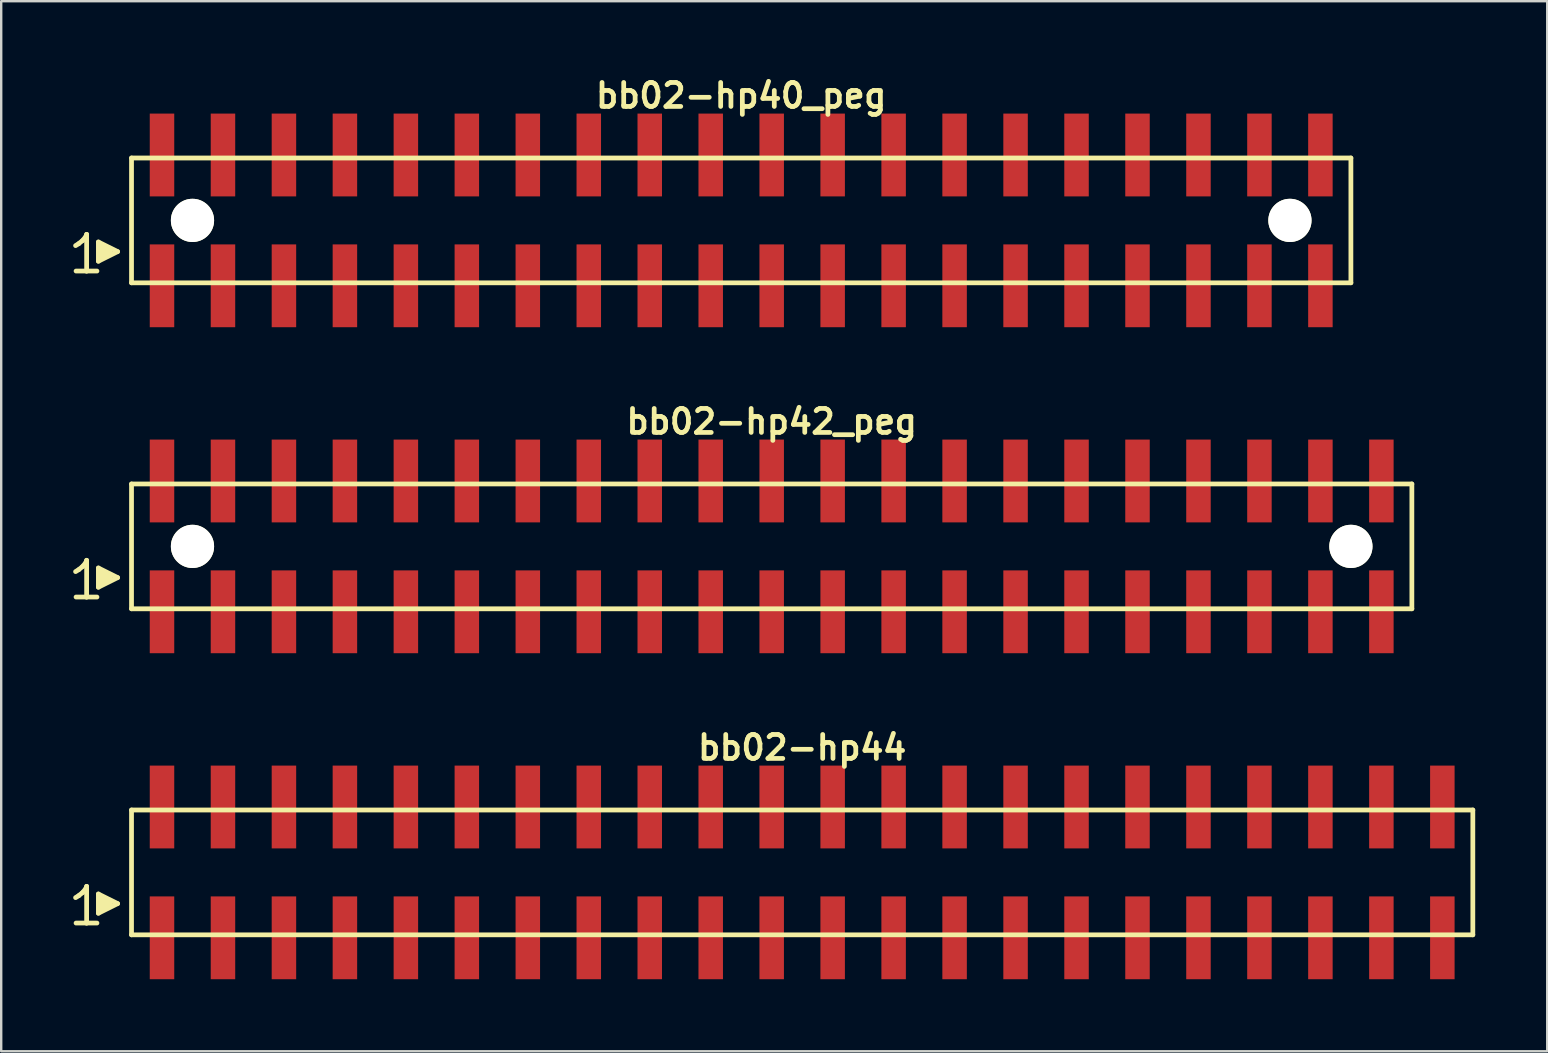
<source format=kicad_pcb>
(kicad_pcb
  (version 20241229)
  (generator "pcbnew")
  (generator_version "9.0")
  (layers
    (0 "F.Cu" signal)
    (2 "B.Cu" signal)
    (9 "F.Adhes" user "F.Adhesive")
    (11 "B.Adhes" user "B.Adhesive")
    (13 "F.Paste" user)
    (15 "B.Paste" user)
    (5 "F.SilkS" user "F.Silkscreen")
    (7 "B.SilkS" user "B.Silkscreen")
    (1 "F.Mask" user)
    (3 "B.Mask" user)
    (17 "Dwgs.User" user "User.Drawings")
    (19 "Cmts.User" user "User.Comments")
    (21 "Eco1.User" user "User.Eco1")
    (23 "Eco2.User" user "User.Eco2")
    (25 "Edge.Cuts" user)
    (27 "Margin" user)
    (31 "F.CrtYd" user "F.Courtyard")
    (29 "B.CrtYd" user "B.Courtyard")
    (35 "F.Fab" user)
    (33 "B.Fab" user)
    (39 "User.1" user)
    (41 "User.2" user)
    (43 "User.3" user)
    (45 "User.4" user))
  (footprint "bb02-hp40_peg"
    (layer "F.Cu")
    (at 27.829 6.132)
    (property "Reference" "bb02-hp40_peg" (at 0 -5.2 0) (layer "F.SilkS") (effects (font (size 0.998 0.998) (thickness 0.198))))
    (attr through_hole)
    (fp_line (start -27.73 1.05) (end -27.6 0.97) (stroke (width 0.198) (type solid)) (layer "F.SilkS"))
    (fp_line (start -27.6 0.97) (end -27.44 0.84) (stroke (width 0.198) (type solid)) (layer "F.SilkS"))
    (fp_line (start -27.44 0.84) (end -27.3 0.67) (stroke (width 0.198) (type solid)) (layer "F.SilkS"))
    (fp_line (start -27.3 0.67) (end -27.27 0.58) (stroke (width 0.198) (type solid)) (layer "F.SilkS"))
    (fp_line (start -27.27 0.58) (end -27.27 2.11) (stroke (width 0.198) (type solid)) (layer "F.SilkS"))
    (fp_line (start -27.27 2.11) (end -27.71 2.11) (stroke (width 0.198) (type solid)) (layer "F.SilkS"))
    (fp_line (start -26.84 2.11) (end -27.28 2.11) (stroke (width 0.198) (type solid)) (layer "F.SilkS"))
    (fp_line (start -26.78 0.9) (end -25.98 1.3) (stroke (width 0.198) (type solid)) (layer "F.SilkS"))
    (fp_line (start -26.78 1.7) (end -26.78 0.9) (stroke (width 0.198) (type solid)) (layer "F.SilkS"))
    (fp_line (start -26.68 1.6) (end -26.68 1) (stroke (width 0.198) (type solid)) (layer "F.SilkS"))
    (fp_line (start -26.58 1.1) (end -26.58 1.5) (stroke (width 0.198) (type solid)) (layer "F.SilkS"))
    (fp_line (start -26.48 1.5) (end -26.48 1.1) (stroke (width 0.198) (type solid)) (layer "F.SilkS"))
    (fp_line (start -26.38 1.2) (end -26.38 1.4) (stroke (width 0.198) (type solid)) (layer "F.SilkS"))
    (fp_line (start -26.28 1.4) (end -26.28 1.2) (stroke (width 0.198) (type solid)) (layer "F.SilkS"))
    (fp_line (start -25.98 1.3) (end -26.78 1.7) (stroke (width 0.198) (type solid)) (layer "F.SilkS"))
    (fp_line (start -25.4 -2.6) (end -25.4 2.6) (stroke (width 0.198) (type solid)) (layer "F.SilkS"))
    (fp_line (start -25.4 -2.6) (end 25.4 -2.6) (stroke (width 0.198) (type solid)) (layer "F.SilkS"))
    (fp_line (start 25.4 2.6) (end -25.4 2.6) (stroke (width 0.198) (type solid)) (layer "F.SilkS"))
    (fp_line (start 25.4 2.6) (end 25.4 -2.6) (stroke (width 0.198) (type solid)) (layer "F.SilkS"))
    (pad "" np_thru_hole circle (at -22.86 0) (size 1.8 1.8) (drill 1.8) (layers "*.Cu" "*.Mask" "F.SilkS"))
    (pad "" np_thru_hole circle (at 22.86 0) (size 1.8 1.8) (drill 1.8) (layers "*.Cu" "*.Mask" "F.SilkS"))
    (pad "1" smd rect (at -24.13 2.725) (size 1.02 3.45) (layers "F.Cu" "F.Mask" "F.Paste"))
    (pad "2" smd rect (at -24.13 -2.725) (size 1.02 3.45) (layers "F.Cu" "F.Mask" "F.Paste"))
    (pad "3" smd rect (at -21.59 2.725) (size 1.02 3.45) (layers "F.Cu" "F.Mask" "F.Paste"))
    (pad "4" smd rect (at -21.59 -2.725) (size 1.02 3.45) (layers "F.Cu" "F.Mask" "F.Paste"))
    (pad "5" smd rect (at -19.05 2.725) (size 1.02 3.45) (layers "F.Cu" "F.Mask" "F.Paste"))
    (pad "6" smd rect (at -19.05 -2.725) (size 1.02 3.45) (layers "F.Cu" "F.Mask" "F.Paste"))
    (pad "7" smd rect (at -16.51 2.725) (size 1.02 3.45) (layers "F.Cu" "F.Mask" "F.Paste"))
    (pad "8" smd rect (at -16.51 -2.725) (size 1.02 3.45) (layers "F.Cu" "F.Mask" "F.Paste"))
    (pad "9" smd rect (at -13.97 2.725) (size 1.02 3.45) (layers "F.Cu" "F.Mask" "F.Paste"))
    (pad "10" smd rect (at -13.97 -2.725) (size 1.02 3.45) (layers "F.Cu" "F.Mask" "F.Paste"))
    (pad "11" smd rect (at -11.43 2.725) (size 1.02 3.45) (layers "F.Cu" "F.Mask" "F.Paste"))
    (pad "12" smd rect (at -11.43 -2.725) (size 1.02 3.45) (layers "F.Cu" "F.Mask" "F.Paste"))
    (pad "13" smd rect (at -8.89 2.725) (size 1.02 3.45) (layers "F.Cu" "F.Mask" "F.Paste"))
    (pad "14" smd rect (at -8.89 -2.725) (size 1.02 3.45) (layers "F.Cu" "F.Mask" "F.Paste"))
    (pad "15" smd rect (at -6.35 2.725) (size 1.02 3.45) (layers "F.Cu" "F.Mask" "F.Paste"))
    (pad "16" smd rect (at -6.35 -2.725) (size 1.02 3.45) (layers "F.Cu" "F.Mask" "F.Paste"))
    (pad "17" smd rect (at -3.81 2.725) (size 1.02 3.45) (layers "F.Cu" "F.Mask" "F.Paste"))
    (pad "18" smd rect (at -3.81 -2.725) (size 1.02 3.45) (layers "F.Cu" "F.Mask" "F.Paste"))
    (pad "19" smd rect (at -1.27 2.725) (size 1.02 3.45) (layers "F.Cu" "F.Mask" "F.Paste"))
    (pad "20" smd rect (at -1.27 -2.725) (size 1.02 3.45) (layers "F.Cu" "F.Mask" "F.Paste"))
    (pad "21" smd rect (at 1.27 2.725) (size 1.02 3.45) (layers "F.Cu" "F.Mask" "F.Paste"))
    (pad "22" smd rect (at 1.27 -2.725) (size 1.02 3.45) (layers "F.Cu" "F.Mask" "F.Paste"))
    (pad "23" smd rect (at 3.81 2.725) (size 1.02 3.45) (layers "F.Cu" "F.Mask" "F.Paste"))
    (pad "24" smd rect (at 3.81 -2.725) (size 1.02 3.45) (layers "F.Cu" "F.Mask" "F.Paste"))
    (pad "25" smd rect (at 6.35 2.725) (size 1.02 3.45) (layers "F.Cu" "F.Mask" "F.Paste"))
    (pad "26" smd rect (at 6.35 -2.725) (size 1.02 3.45) (layers "F.Cu" "F.Mask" "F.Paste"))
    (pad "27" smd rect (at 8.89 2.725) (size 1.02 3.45) (layers "F.Cu" "F.Mask" "F.Paste"))
    (pad "28" smd rect (at 8.89 -2.725) (size 1.02 3.45) (layers "F.Cu" "F.Mask" "F.Paste"))
    (pad "29" smd rect (at 11.43 2.725) (size 1.02 3.45) (layers "F.Cu" "F.Mask" "F.Paste"))
    (pad "30" smd rect (at 11.43 -2.725) (size 1.02 3.45) (layers "F.Cu" "F.Mask" "F.Paste"))
    (pad "31" smd rect (at 13.97 2.725) (size 1.02 3.45) (layers "F.Cu" "F.Mask" "F.Paste"))
    (pad "32" smd rect (at 13.97 -2.725) (size 1.02 3.45) (layers "F.Cu" "F.Mask" "F.Paste"))
    (pad "33" smd rect (at 16.51 2.725) (size 1.02 3.45) (layers "F.Cu" "F.Mask" "F.Paste"))
    (pad "34" smd rect (at 16.51 -2.725) (size 1.02 3.45) (layers "F.Cu" "F.Mask" "F.Paste"))
    (pad "35" smd rect (at 19.05 2.725) (size 1.02 3.45) (layers "F.Cu" "F.Mask" "F.Paste"))
    (pad "36" smd rect (at 19.05 -2.725) (size 1.02 3.45) (layers "F.Cu" "F.Mask" "F.Paste"))
    (pad "37" smd rect (at 21.59 2.725) (size 1.02 3.45) (layers "F.Cu" "F.Mask" "F.Paste"))
    (pad "38" smd rect (at 21.59 -2.725) (size 1.02 3.45) (layers "F.Cu" "F.Mask" "F.Paste"))
    (pad "39" smd rect (at 24.13 2.725) (size 1.02 3.45) (layers "F.Cu" "F.Mask" "F.Paste"))
    (pad "40" smd rect (at 24.13 -2.725) (size 1.02 3.45) (layers "F.Cu" "F.Mask" "F.Paste")))
  (footprint "bb02-hp42_peg"
    (layer "F.Cu")
    (at 29.099 19.713)
    (property "Reference" "bb02-hp42_peg" (at 0 -5.2 0) (layer "F.SilkS") (effects (font (size 0.998 0.998) (thickness 0.198))))
    (attr through_hole)
    (fp_line (start -29 1.05) (end -28.87 0.97) (stroke (width 0.198) (type solid)) (layer "F.SilkS"))
    (fp_line (start -28.87 0.97) (end -28.71 0.84) (stroke (width 0.198) (type solid)) (layer "F.SilkS"))
    (fp_line (start -28.71 0.84) (end -28.57 0.67) (stroke (width 0.198) (type solid)) (layer "F.SilkS"))
    (fp_line (start -28.57 0.67) (end -28.54 0.58) (stroke (width 0.198) (type solid)) (layer "F.SilkS"))
    (fp_line (start -28.54 0.58) (end -28.54 2.11) (stroke (width 0.198) (type solid)) (layer "F.SilkS"))
    (fp_line (start -28.54 2.11) (end -28.98 2.11) (stroke (width 0.198) (type solid)) (layer "F.SilkS"))
    (fp_line (start -28.11 2.11) (end -28.55 2.11) (stroke (width 0.198) (type solid)) (layer "F.SilkS"))
    (fp_line (start -28.05 0.9) (end -27.25 1.3) (stroke (width 0.198) (type solid)) (layer "F.SilkS"))
    (fp_line (start -28.05 1.7) (end -28.05 0.9) (stroke (width 0.198) (type solid)) (layer "F.SilkS"))
    (fp_line (start -27.95 1.6) (end -27.95 1) (stroke (width 0.198) (type solid)) (layer "F.SilkS"))
    (fp_line (start -27.85 1.1) (end -27.85 1.5) (stroke (width 0.198) (type solid)) (layer "F.SilkS"))
    (fp_line (start -27.75 1.5) (end -27.75 1.1) (stroke (width 0.198) (type solid)) (layer "F.SilkS"))
    (fp_line (start -27.65 1.2) (end -27.65 1.4) (stroke (width 0.198) (type solid)) (layer "F.SilkS"))
    (fp_line (start -27.55 1.4) (end -27.55 1.2) (stroke (width 0.198) (type solid)) (layer "F.SilkS"))
    (fp_line (start -27.25 1.3) (end -28.05 1.7) (stroke (width 0.198) (type solid)) (layer "F.SilkS"))
    (fp_line (start -26.67 -2.6) (end -26.67 2.6) (stroke (width 0.198) (type solid)) (layer "F.SilkS"))
    (fp_line (start -26.67 -2.6) (end 26.67 -2.6) (stroke (width 0.198) (type solid)) (layer "F.SilkS"))
    (fp_line (start 26.67 2.6) (end -26.67 2.6) (stroke (width 0.198) (type solid)) (layer "F.SilkS"))
    (fp_line (start 26.67 2.6) (end 26.67 -2.6) (stroke (width 0.198) (type solid)) (layer "F.SilkS"))
    (pad "" np_thru_hole circle (at -24.13 0) (size 1.8 1.8) (drill 1.8) (layers "*.Cu" "*.Mask" "F.SilkS"))
    (pad "" np_thru_hole circle (at 24.13 0) (size 1.8 1.8) (drill 1.8) (layers "*.Cu" "*.Mask" "F.SilkS"))
    (pad "1" smd rect (at -25.4 2.725) (size 1.02 3.45) (layers "F.Cu" "F.Mask" "F.Paste"))
    (pad "2" smd rect (at -25.4 -2.725) (size 1.02 3.45) (layers "F.Cu" "F.Mask" "F.Paste"))
    (pad "3" smd rect (at -22.86 2.725) (size 1.02 3.45) (layers "F.Cu" "F.Mask" "F.Paste"))
    (pad "4" smd rect (at -22.86 -2.725) (size 1.02 3.45) (layers "F.Cu" "F.Mask" "F.Paste"))
    (pad "5" smd rect (at -20.32 2.725) (size 1.02 3.45) (layers "F.Cu" "F.Mask" "F.Paste"))
    (pad "6" smd rect (at -20.32 -2.725) (size 1.02 3.45) (layers "F.Cu" "F.Mask" "F.Paste"))
    (pad "7" smd rect (at -17.78 2.725) (size 1.02 3.45) (layers "F.Cu" "F.Mask" "F.Paste"))
    (pad "8" smd rect (at -17.78 -2.725) (size 1.02 3.45) (layers "F.Cu" "F.Mask" "F.Paste"))
    (pad "9" smd rect (at -15.24 2.725) (size 1.02 3.45) (layers "F.Cu" "F.Mask" "F.Paste"))
    (pad "10" smd rect (at -15.24 -2.725) (size 1.02 3.45) (layers "F.Cu" "F.Mask" "F.Paste"))
    (pad "11" smd rect (at -12.7 2.725) (size 1.02 3.45) (layers "F.Cu" "F.Mask" "F.Paste"))
    (pad "12" smd rect (at -12.7 -2.725) (size 1.02 3.45) (layers "F.Cu" "F.Mask" "F.Paste"))
    (pad "13" smd rect (at -10.16 2.725) (size 1.02 3.45) (layers "F.Cu" "F.Mask" "F.Paste"))
    (pad "14" smd rect (at -10.16 -2.725) (size 1.02 3.45) (layers "F.Cu" "F.Mask" "F.Paste"))
    (pad "15" smd rect (at -7.62 2.725) (size 1.02 3.45) (layers "F.Cu" "F.Mask" "F.Paste"))
    (pad "16" smd rect (at -7.62 -2.725) (size 1.02 3.45) (layers "F.Cu" "F.Mask" "F.Paste"))
    (pad "17" smd rect (at -5.08 2.725) (size 1.02 3.45) (layers "F.Cu" "F.Mask" "F.Paste"))
    (pad "18" smd rect (at -5.08 -2.725) (size 1.02 3.45) (layers "F.Cu" "F.Mask" "F.Paste"))
    (pad "19" smd rect (at -2.54 2.725) (size 1.02 3.45) (layers "F.Cu" "F.Mask" "F.Paste"))
    (pad "20" smd rect (at -2.54 -2.725) (size 1.02 3.45) (layers "F.Cu" "F.Mask" "F.Paste"))
    (pad "21" smd rect (at 0 2.725) (size 1.02 3.45) (layers "F.Cu" "F.Mask" "F.Paste"))
    (pad "22" smd rect (at 0 -2.725) (size 1.02 3.45) (layers "F.Cu" "F.Mask" "F.Paste"))
    (pad "23" smd rect (at 2.54 2.725) (size 1.02 3.45) (layers "F.Cu" "F.Mask" "F.Paste"))
    (pad "24" smd rect (at 2.54 -2.725) (size 1.02 3.45) (layers "F.Cu" "F.Mask" "F.Paste"))
    (pad "25" smd rect (at 5.08 2.725) (size 1.02 3.45) (layers "F.Cu" "F.Mask" "F.Paste"))
    (pad "26" smd rect (at 5.08 -2.725) (size 1.02 3.45) (layers "F.Cu" "F.Mask" "F.Paste"))
    (pad "27" smd rect (at 7.62 2.725) (size 1.02 3.45) (layers "F.Cu" "F.Mask" "F.Paste"))
    (pad "28" smd rect (at 7.62 -2.725) (size 1.02 3.45) (layers "F.Cu" "F.Mask" "F.Paste"))
    (pad "29" smd rect (at 10.16 2.725) (size 1.02 3.45) (layers "F.Cu" "F.Mask" "F.Paste"))
    (pad "30" smd rect (at 10.16 -2.725) (size 1.02 3.45) (layers "F.Cu" "F.Mask" "F.Paste"))
    (pad "31" smd rect (at 12.7 2.725) (size 1.02 3.45) (layers "F.Cu" "F.Mask" "F.Paste"))
    (pad "32" smd rect (at 12.7 -2.725) (size 1.02 3.45) (layers "F.Cu" "F.Mask" "F.Paste"))
    (pad "33" smd rect (at 15.24 2.725) (size 1.02 3.45) (layers "F.Cu" "F.Mask" "F.Paste"))
    (pad "34" smd rect (at 15.24 -2.725) (size 1.02 3.45) (layers "F.Cu" "F.Mask" "F.Paste"))
    (pad "35" smd rect (at 17.78 2.725) (size 1.02 3.45) (layers "F.Cu" "F.Mask" "F.Paste"))
    (pad "36" smd rect (at 17.78 -2.725) (size 1.02 3.45) (layers "F.Cu" "F.Mask" "F.Paste"))
    (pad "37" smd rect (at 20.32 2.725) (size 1.02 3.45) (layers "F.Cu" "F.Mask" "F.Paste"))
    (pad "38" smd rect (at 20.32 -2.725) (size 1.02 3.45) (layers "F.Cu" "F.Mask" "F.Paste"))
    (pad "39" smd rect (at 22.86 2.725) (size 1.02 3.45) (layers "F.Cu" "F.Mask" "F.Paste"))
    (pad "40" smd rect (at 22.86 -2.725) (size 1.02 3.45) (layers "F.Cu" "F.Mask" "F.Paste"))
    (pad "41" smd rect (at 25.4 2.725) (size 1.02 3.45) (layers "F.Cu" "F.Mask" "F.Paste"))
    (pad "42" smd rect (at 25.4 -2.725) (size 1.02 3.45) (layers "F.Cu" "F.Mask" "F.Paste")))
  (footprint "bb02-hp44"
    (layer "F.Cu")
    (at 30.369 33.295)
    (property "Reference" "bb02-hp44" (at 0 -5.2 0) (layer "F.SilkS") (effects (font (size 0.998 0.998) (thickness 0.198))))
    (attr through_hole)
    (fp_line (start -30.27 1.05) (end -30.14 0.97) (stroke (width 0.198) (type solid)) (layer "F.SilkS"))
    (fp_line (start -30.14 0.97) (end -29.98 0.84) (stroke (width 0.198) (type solid)) (layer "F.SilkS"))
    (fp_line (start -29.98 0.84) (end -29.84 0.67) (stroke (width 0.198) (type solid)) (layer "F.SilkS"))
    (fp_line (start -29.84 0.67) (end -29.81 0.58) (stroke (width 0.198) (type solid)) (layer "F.SilkS"))
    (fp_line (start -29.81 0.58) (end -29.81 2.11) (stroke (width 0.198) (type solid)) (layer "F.SilkS"))
    (fp_line (start -29.81 2.11) (end -30.25 2.11) (stroke (width 0.198) (type solid)) (layer "F.SilkS"))
    (fp_line (start -29.38 2.11) (end -29.82 2.11) (stroke (width 0.198) (type solid)) (layer "F.SilkS"))
    (fp_line (start -29.32 0.9) (end -28.52 1.3) (stroke (width 0.198) (type solid)) (layer "F.SilkS"))
    (fp_line (start -29.32 1.7) (end -29.32 0.9) (stroke (width 0.198) (type solid)) (layer "F.SilkS"))
    (fp_line (start -29.22 1.6) (end -29.22 1) (stroke (width 0.198) (type solid)) (layer "F.SilkS"))
    (fp_line (start -29.12 1.1) (end -29.12 1.5) (stroke (width 0.198) (type solid)) (layer "F.SilkS"))
    (fp_line (start -29.02 1.5) (end -29.02 1.1) (stroke (width 0.198) (type solid)) (layer "F.SilkS"))
    (fp_line (start -28.92 1.2) (end -28.92 1.4) (stroke (width 0.198) (type solid)) (layer "F.SilkS"))
    (fp_line (start -28.82 1.4) (end -28.82 1.2) (stroke (width 0.198) (type solid)) (layer "F.SilkS"))
    (fp_line (start -28.52 1.3) (end -29.32 1.7) (stroke (width 0.198) (type solid)) (layer "F.SilkS"))
    (fp_line (start -27.94 -2.6) (end -27.94 2.6) (stroke (width 0.198) (type solid)) (layer "F.SilkS"))
    (fp_line (start -27.94 -2.6) (end 27.94 -2.6) (stroke (width 0.198) (type solid)) (layer "F.SilkS"))
    (fp_line (start 27.94 2.6) (end -27.94 2.6) (stroke (width 0.198) (type solid)) (layer "F.SilkS"))
    (fp_line (start 27.94 2.6) (end 27.94 -2.6) (stroke (width 0.198) (type solid)) (layer "F.SilkS"))
    (pad "1" smd rect (at -26.67 2.725) (size 1.02 3.45) (layers "F.Cu" "F.Mask" "F.Paste"))
    (pad "2" smd rect (at -26.67 -2.725) (size 1.02 3.45) (layers "F.Cu" "F.Mask" "F.Paste"))
    (pad "3" smd rect (at -24.13 2.725) (size 1.02 3.45) (layers "F.Cu" "F.Mask" "F.Paste"))
    (pad "4" smd rect (at -24.13 -2.725) (size 1.02 3.45) (layers "F.Cu" "F.Mask" "F.Paste"))
    (pad "5" smd rect (at -21.59 2.725) (size 1.02 3.45) (layers "F.Cu" "F.Mask" "F.Paste"))
    (pad "6" smd rect (at -21.59 -2.725) (size 1.02 3.45) (layers "F.Cu" "F.Mask" "F.Paste"))
    (pad "7" smd rect (at -19.05 2.725) (size 1.02 3.45) (layers "F.Cu" "F.Mask" "F.Paste"))
    (pad "8" smd rect (at -19.05 -2.725) (size 1.02 3.45) (layers "F.Cu" "F.Mask" "F.Paste"))
    (pad "9" smd rect (at -16.51 2.725) (size 1.02 3.45) (layers "F.Cu" "F.Mask" "F.Paste"))
    (pad "10" smd rect (at -16.51 -2.725) (size 1.02 3.45) (layers "F.Cu" "F.Mask" "F.Paste"))
    (pad "11" smd rect (at -13.97 2.725) (size 1.02 3.45) (layers "F.Cu" "F.Mask" "F.Paste"))
    (pad "12" smd rect (at -13.97 -2.725) (size 1.02 3.45) (layers "F.Cu" "F.Mask" "F.Paste"))
    (pad "13" smd rect (at -11.43 2.725) (size 1.02 3.45) (layers "F.Cu" "F.Mask" "F.Paste"))
    (pad "14" smd rect (at -11.43 -2.725) (size 1.02 3.45) (layers "F.Cu" "F.Mask" "F.Paste"))
    (pad "15" smd rect (at -8.89 2.725) (size 1.02 3.45) (layers "F.Cu" "F.Mask" "F.Paste"))
    (pad "16" smd rect (at -8.89 -2.725) (size 1.02 3.45) (layers "F.Cu" "F.Mask" "F.Paste"))
    (pad "17" smd rect (at -6.35 2.725) (size 1.02 3.45) (layers "F.Cu" "F.Mask" "F.Paste"))
    (pad "18" smd rect (at -6.35 -2.725) (size 1.02 3.45) (layers "F.Cu" "F.Mask" "F.Paste"))
    (pad "19" smd rect (at -3.81 2.725) (size 1.02 3.45) (layers "F.Cu" "F.Mask" "F.Paste"))
    (pad "20" smd rect (at -3.81 -2.725) (size 1.02 3.45) (layers "F.Cu" "F.Mask" "F.Paste"))
    (pad "21" smd rect (at -1.27 2.725) (size 1.02 3.45) (layers "F.Cu" "F.Mask" "F.Paste"))
    (pad "22" smd rect (at -1.27 -2.725) (size 1.02 3.45) (layers "F.Cu" "F.Mask" "F.Paste"))
    (pad "23" smd rect (at 1.27 2.725) (size 1.02 3.45) (layers "F.Cu" "F.Mask" "F.Paste"))
    (pad "24" smd rect (at 1.27 -2.725) (size 1.02 3.45) (layers "F.Cu" "F.Mask" "F.Paste"))
    (pad "25" smd rect (at 3.81 2.725) (size 1.02 3.45) (layers "F.Cu" "F.Mask" "F.Paste"))
    (pad "26" smd rect (at 3.81 -2.725) (size 1.02 3.45) (layers "F.Cu" "F.Mask" "F.Paste"))
    (pad "27" smd rect (at 6.35 2.725) (size 1.02 3.45) (layers "F.Cu" "F.Mask" "F.Paste"))
    (pad "28" smd rect (at 6.35 -2.725) (size 1.02 3.45) (layers "F.Cu" "F.Mask" "F.Paste"))
    (pad "29" smd rect (at 8.89 2.725) (size 1.02 3.45) (layers "F.Cu" "F.Mask" "F.Paste"))
    (pad "30" smd rect (at 8.89 -2.725) (size 1.02 3.45) (layers "F.Cu" "F.Mask" "F.Paste"))
    (pad "31" smd rect (at 11.43 2.725) (size 1.02 3.45) (layers "F.Cu" "F.Mask" "F.Paste"))
    (pad "32" smd rect (at 11.43 -2.725) (size 1.02 3.45) (layers "F.Cu" "F.Mask" "F.Paste"))
    (pad "33" smd rect (at 13.97 2.725) (size 1.02 3.45) (layers "F.Cu" "F.Mask" "F.Paste"))
    (pad "34" smd rect (at 13.97 -2.725) (size 1.02 3.45) (layers "F.Cu" "F.Mask" "F.Paste"))
    (pad "35" smd rect (at 16.51 2.725) (size 1.02 3.45) (layers "F.Cu" "F.Mask" "F.Paste"))
    (pad "36" smd rect (at 16.51 -2.725) (size 1.02 3.45) (layers "F.Cu" "F.Mask" "F.Paste"))
    (pad "37" smd rect (at 19.05 2.725) (size 1.02 3.45) (layers "F.Cu" "F.Mask" "F.Paste"))
    (pad "38" smd rect (at 19.05 -2.725) (size 1.02 3.45) (layers "F.Cu" "F.Mask" "F.Paste"))
    (pad "39" smd rect (at 21.59 2.725) (size 1.02 3.45) (layers "F.Cu" "F.Mask" "F.Paste"))
    (pad "40" smd rect (at 21.59 -2.725) (size 1.02 3.45) (layers "F.Cu" "F.Mask" "F.Paste"))
    (pad "41" smd rect (at 24.13 2.725) (size 1.02 3.45) (layers "F.Cu" "F.Mask" "F.Paste"))
    (pad "42" smd rect (at 24.13 -2.725) (size 1.02 3.45) (layers "F.Cu" "F.Mask" "F.Paste"))
    (pad "43" smd rect (at 26.67 2.725) (size 1.02 3.45) (layers "F.Cu" "F.Mask" "F.Paste"))
    (pad "44" smd rect (at 26.67 -2.725) (size 1.02 3.45) (layers "F.Cu" "F.Mask" "F.Paste")))
  (gr_rect
    (start -3 -3)
    (end 61.408 40.745)
    (stroke (width 0.1) (type default))
    (fill no)
    (layer "Edge.Cuts")))
</source>
